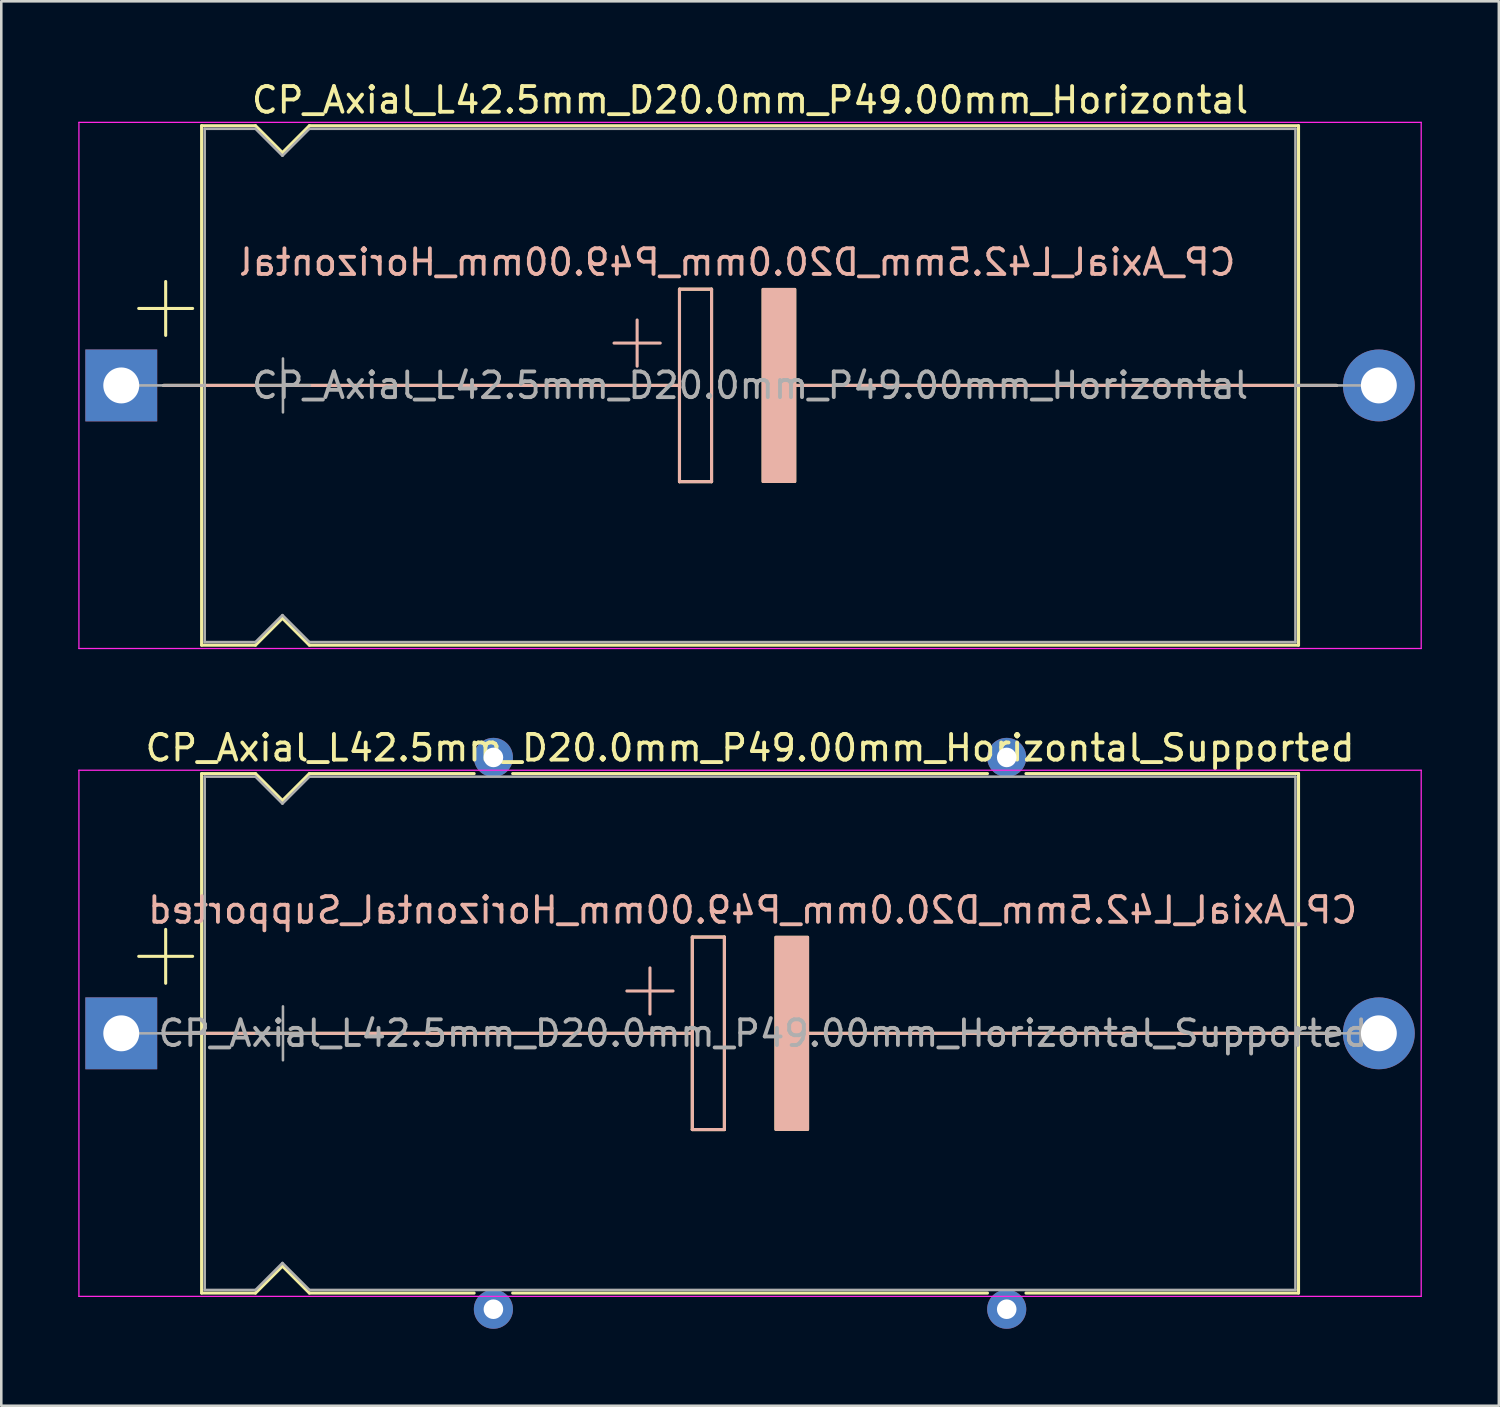
<source format=kicad_pcb>
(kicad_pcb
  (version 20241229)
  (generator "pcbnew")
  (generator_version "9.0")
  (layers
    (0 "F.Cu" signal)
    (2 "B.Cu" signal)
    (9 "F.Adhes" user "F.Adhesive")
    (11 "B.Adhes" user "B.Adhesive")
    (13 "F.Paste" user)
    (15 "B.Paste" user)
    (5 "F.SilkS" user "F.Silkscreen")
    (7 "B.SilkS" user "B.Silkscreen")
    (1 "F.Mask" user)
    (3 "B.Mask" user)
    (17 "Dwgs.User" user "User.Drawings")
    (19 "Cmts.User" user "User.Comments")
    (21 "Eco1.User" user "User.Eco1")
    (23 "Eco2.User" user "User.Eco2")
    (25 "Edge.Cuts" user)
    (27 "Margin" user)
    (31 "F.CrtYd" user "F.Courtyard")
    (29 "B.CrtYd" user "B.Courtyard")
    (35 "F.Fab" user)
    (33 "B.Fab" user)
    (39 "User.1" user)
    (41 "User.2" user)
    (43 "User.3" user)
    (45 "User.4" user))
  (footprint "CP_Axial_L42.5mm_D20.0mm_P49.00mm_Horizontal"
    (layer "F.Cu")
    (at 1.675 11.968)
    (property "Reference" "CP_Axial_L42.5mm_D20.0mm_P49.00mm_Horizontal" (at 24.5 -11.12 0) (layer "F.SilkS") (effects (font (size 1 1) (thickness 0.15))))
    (fp_line (start 0.68 -3) (end 2.78 -3) (stroke (width 0.12) (type solid)) (layer "F.SilkS"))
    (fp_line (start 1.64 0) (end 3.13 0) (stroke (width 0.12) (type solid)) (layer "F.SilkS"))
    (fp_line (start 1.73 -4.05) (end 1.73 -1.95) (stroke (width 0.12) (type solid)) (layer "F.SilkS"))
    (fp_line (start 3.13 -10.12) (end 3.13 10.12) (stroke (width 0.12) (type solid)) (layer "F.SilkS"))
    (fp_line (start 3.13 -10.12) (end 5.23 -10.12) (stroke (width 0.12) (type solid)) (layer "F.SilkS"))
    (fp_line (start 3.13 0) (end 21.75 0) (stroke (width 0.12) (type solid)) (layer "F.SilkS"))
    (fp_line (start 3.13 10.12) (end 5.23 10.12) (stroke (width 0.12) (type solid)) (layer "F.SilkS"))
    (fp_line (start 5.23 -10.12) (end 6.28 -9.07) (stroke (width 0.12) (type solid)) (layer "F.SilkS"))
    (fp_line (start 5.23 10.12) (end 6.28 9.07) (stroke (width 0.12) (type solid)) (layer "F.SilkS"))
    (fp_line (start 6.28 -9.07) (end 7.33 -10.12) (stroke (width 0.12) (type solid)) (layer "F.SilkS"))
    (fp_line (start 6.28 9.07) (end 7.33 10.12) (stroke (width 0.12) (type solid)) (layer "F.SilkS"))
    (fp_line (start 7.33 -10.12) (end 45.87 -10.12) (stroke (width 0.12) (type solid)) (layer "F.SilkS"))
    (fp_line (start 7.33 10.12) (end 45.87 10.12) (stroke (width 0.12) (type solid)) (layer "F.SilkS"))
    (fp_line (start 21.75 -3.75) (end 23 -3.75) (stroke (width 0.12) (type solid)) (layer "F.SilkS"))
    (fp_line (start 21.75 0) (end 21.75 -3.75) (stroke (width 0.12) (type solid)) (layer "F.SilkS"))
    (fp_line (start 21.75 3.75) (end 21.75 0) (stroke (width 0.12) (type solid)) (layer "F.SilkS"))
    (fp_line (start 23 -3.75) (end 23 3.75) (stroke (width 0.12) (type solid)) (layer "F.SilkS"))
    (fp_line (start 23 3.75) (end 21.75 3.75) (stroke (width 0.12) (type solid)) (layer "F.SilkS"))
    (fp_line (start 26.25 0) (end 45.87 0) (stroke (width 0.12) (type solid)) (layer "F.SilkS"))
    (fp_line (start 45.87 -10.12) (end 45.87 10.12) (stroke (width 0.12) (type solid)) (layer "F.SilkS"))
    (fp_line (start 47.36 0) (end 45.87 0) (stroke (width 0.12) (type solid)) (layer "F.SilkS"))
    (fp_poly (pts (xy 26.25 3.75) (xy 25 3.75) (xy 25 -3.75) (xy 26.25 -3.75)) (stroke (width 0.1) (type solid)) (fill yes) (layer "F.SilkS"))
    (fp_line (start 1.65 0) (end 14.88 0) (stroke (width 0.12) (type solid)) (layer "B.SilkS"))
    (fp_line (start 14.88 0) (end 21.75 0) (stroke (width 0.12) (type solid)) (layer "B.SilkS"))
    (fp_line (start 20.1 -2.55) (end 20.1 -0.75) (stroke (width 0.12) (type solid)) (layer "B.SilkS"))
    (fp_line (start 21 -1.65) (end 19.2 -1.65) (stroke (width 0.12) (type solid)) (layer "B.SilkS"))
    (fp_line (start 21.75 -3.75) (end 23 -3.75) (stroke (width 0.12) (type solid)) (layer "B.SilkS"))
    (fp_line (start 21.75 0) (end 21.75 -3.75) (stroke (width 0.12) (type solid)) (layer "B.SilkS"))
    (fp_line (start 21.75 3.75) (end 21.75 0) (stroke (width 0.12) (type solid)) (layer "B.SilkS"))
    (fp_line (start 23 -3.75) (end 23 3.75) (stroke (width 0.12) (type solid)) (layer "B.SilkS"))
    (fp_line (start 23 3.75) (end 21.75 3.75) (stroke (width 0.12) (type solid)) (layer "B.SilkS"))
    (fp_line (start 26.25 0) (end 33.12 0) (stroke (width 0.12) (type solid)) (layer "B.SilkS"))
    (fp_line (start 47.35 0) (end 33.12 0) (stroke (width 0.12) (type solid)) (layer "B.SilkS"))
    (fp_poly (pts (xy 26.25 3.75) (xy 25 3.75) (xy 25 -3.75) (xy 26.25 -3.75)) (stroke (width 0.1) (type solid)) (fill yes) (layer "B.SilkS"))
    (fp_line (start -1.65 -10.25) (end -1.65 10.25) (stroke (width 0.05) (type solid)) (layer "F.CrtYd"))
    (fp_line (start -1.65 10.25) (end 50.65 10.25) (stroke (width 0.05) (type solid)) (layer "F.CrtYd"))
    (fp_line (start 50.65 -10.25) (end -1.65 -10.25) (stroke (width 0.05) (type solid)) (layer "F.CrtYd"))
    (fp_line (start 50.65 10.25) (end 50.65 -10.25) (stroke (width 0.05) (type solid)) (layer "F.CrtYd"))
    (fp_line (start 0 0) (end 3.25 0) (stroke (width 0.1) (type solid)) (layer "F.Fab"))
    (fp_line (start 3.25 -10) (end 3.25 10) (stroke (width 0.1) (type solid)) (layer "F.Fab"))
    (fp_line (start 3.25 -10) (end 5.23 -10) (stroke (width 0.1) (type solid)) (layer "F.Fab"))
    (fp_line (start 3.25 10) (end 5.23 10) (stroke (width 0.1) (type solid)) (layer "F.Fab"))
    (fp_line (start 5.23 -10) (end 6.28 -8.95) (stroke (width 0.1) (type solid)) (layer "F.Fab"))
    (fp_line (start 5.23 10) (end 6.28 8.95) (stroke (width 0.1) (type solid)) (layer "F.Fab"))
    (fp_line (start 5.25 0) (end 7.35 0) (stroke (width 0.1) (type solid)) (layer "F.Fab"))
    (fp_line (start 6.28 -8.95) (end 7.33 -10) (stroke (width 0.1) (type solid)) (layer "F.Fab"))
    (fp_line (start 6.28 8.95) (end 7.33 10) (stroke (width 0.1) (type solid)) (layer "F.Fab"))
    (fp_line (start 6.3 -1.05) (end 6.3 1.05) (stroke (width 0.1) (type solid)) (layer "F.Fab"))
    (fp_line (start 7.33 -10) (end 45.75 -10) (stroke (width 0.1) (type solid)) (layer "F.Fab"))
    (fp_line (start 7.33 10) (end 45.75 10) (stroke (width 0.1) (type solid)) (layer "F.Fab"))
    (fp_line (start 45.75 -10) (end 45.75 10) (stroke (width 0.1) (type solid)) (layer "F.Fab"))
    (fp_line (start 49 0) (end 45.75 0) (stroke (width 0.1) (type solid)) (layer "F.Fab"))
    (fp_text user "${REFERENCE}" (at 24 -4.8 0) (layer "B.SilkS") (effects (font (size 1 1) (thickness 0.15)) (justify mirror)))
    (fp_text user "${REFERENCE}" (at 24.5 0 0) (layer "F.Fab") (effects (font (size 1 1) (thickness 0.15))))
    (pad "1" thru_hole rect (at 0 0) (size 2.8 2.8) (drill 1.4) (layers "*.Cu" "*.Mask"))
    (pad "2" thru_hole oval (at 49 0) (size 2.8 2.8) (drill 1.4) (layers "*.Cu" "*.Mask")))
  (footprint "CP_Axial_L42.5mm_D20.0mm_P49.00mm_Horizontal_Supported"
    (layer "F.Cu")
    (at 1.675 37.212)
    (property "Reference" "CP_Axial_L42.5mm_D20.0mm_P49.00mm_Horizontal_Supported" (at 24.5 -11.12 0) (layer "F.SilkS") (effects (font (size 1 1) (thickness 0.15))))
    (fp_line (start 0.68 -3) (end 2.78 -3) (stroke (width 0.12) (type solid)) (layer "F.SilkS"))
    (fp_line (start 1.64 0) (end 3.13 0) (stroke (width 0.12) (type solid)) (layer "F.SilkS"))
    (fp_line (start 1.73 -4.05) (end 1.73 -1.95) (stroke (width 0.12) (type solid)) (layer "F.SilkS"))
    (fp_line (start 3.13 -10.12) (end 3.13 10.12) (stroke (width 0.12) (type solid)) (layer "F.SilkS"))
    (fp_line (start 3.13 -10.12) (end 5.23 -10.12) (stroke (width 0.12) (type solid)) (layer "F.SilkS"))
    (fp_line (start 3.13 0) (end 22.25 0) (stroke (width 0.12) (type solid)) (layer "F.SilkS"))
    (fp_line (start 3.13 10.12) (end 5.23 10.12) (stroke (width 0.12) (type solid)) (layer "F.SilkS"))
    (fp_line (start 5.23 -10.12) (end 6.28 -9.07) (stroke (width 0.12) (type solid)) (layer "F.SilkS"))
    (fp_line (start 5.23 10.12) (end 6.28 9.07) (stroke (width 0.12) (type solid)) (layer "F.SilkS"))
    (fp_line (start 6.28 -9.07) (end 7.33 -10.12) (stroke (width 0.12) (type solid)) (layer "F.SilkS"))
    (fp_line (start 6.28 9.07) (end 7.33 10.12) (stroke (width 0.12) (type solid)) (layer "F.SilkS"))
    (fp_line (start 7.33 -10.12) (end 13.75 -10.12) (stroke (width 0.12) (type solid)) (layer "F.SilkS"))
    (fp_line (start 7.33 10.12) (end 13.75 10.12) (stroke (width 0.12) (type solid)) (layer "F.SilkS"))
    (fp_line (start 15.25 -10.12) (end 33.75 -10.12) (stroke (width 0.12) (type solid)) (layer "F.SilkS"))
    (fp_line (start 15.25 10.12) (end 33.75 10.12) (stroke (width 0.12) (type solid)) (layer "F.SilkS"))
    (fp_line (start 22.25 -3.75) (end 23.5 -3.75) (stroke (width 0.12) (type solid)) (layer "F.SilkS"))
    (fp_line (start 22.25 0) (end 22.25 -3.75) (stroke (width 0.12) (type solid)) (layer "F.SilkS"))
    (fp_line (start 22.25 3.75) (end 22.25 0) (stroke (width 0.12) (type solid)) (layer "F.SilkS"))
    (fp_line (start 23.5 -3.75) (end 23.5 3.75) (stroke (width 0.12) (type solid)) (layer "F.SilkS"))
    (fp_line (start 23.5 3.75) (end 22.25 3.75) (stroke (width 0.12) (type solid)) (layer "F.SilkS"))
    (fp_line (start 26.25 0) (end 45.87 0) (stroke (width 0.12) (type solid)) (layer "F.SilkS"))
    (fp_line (start 35.25 -10.12) (end 45.87 -10.12) (stroke (width 0.12) (type solid)) (layer "F.SilkS"))
    (fp_line (start 35.25 10.12) (end 45.87 10.12) (stroke (width 0.12) (type solid)) (layer "F.SilkS"))
    (fp_line (start 45.87 -10.12) (end 45.87 10.12) (stroke (width 0.12) (type solid)) (layer "F.SilkS"))
    (fp_line (start 47.36 0) (end 45.87 0) (stroke (width 0.12) (type solid)) (layer "F.SilkS"))
    (fp_poly (pts (xy 26.75 3.75) (xy 25.5 3.75) (xy 25.5 -3.75) (xy 26.75 -3.75)) (stroke (width 0.1) (type solid)) (fill yes) (layer "F.SilkS"))
    (fp_line (start 1.65 0) (end 15.38 0) (stroke (width 0.12) (type solid)) (layer "B.SilkS"))
    (fp_line (start 15.38 0) (end 22.25 0) (stroke (width 0.12) (type solid)) (layer "B.SilkS"))
    (fp_line (start 20.6 -2.55) (end 20.6 -0.75) (stroke (width 0.12) (type solid)) (layer "B.SilkS"))
    (fp_line (start 21.5 -1.65) (end 19.7 -1.65) (stroke (width 0.12) (type solid)) (layer "B.SilkS"))
    (fp_line (start 22.25 -3.75) (end 23.5 -3.75) (stroke (width 0.12) (type solid)) (layer "B.SilkS"))
    (fp_line (start 22.25 0) (end 22.25 -3.75) (stroke (width 0.12) (type solid)) (layer "B.SilkS"))
    (fp_line (start 22.25 3.75) (end 22.25 0) (stroke (width 0.12) (type solid)) (layer "B.SilkS"))
    (fp_line (start 23.5 -3.75) (end 23.5 3.75) (stroke (width 0.12) (type solid)) (layer "B.SilkS"))
    (fp_line (start 23.5 3.75) (end 22.25 3.75) (stroke (width 0.12) (type solid)) (layer "B.SilkS"))
    (fp_line (start 26.75 0) (end 33.62 0) (stroke (width 0.12) (type solid)) (layer "B.SilkS"))
    (fp_line (start 47.35 0) (end 33.62 0) (stroke (width 0.12) (type solid)) (layer "B.SilkS"))
    (fp_poly (pts (xy 26.75 3.75) (xy 25.5 3.75) (xy 25.5 -3.75) (xy 26.75 -3.75)) (stroke (width 0.1) (type solid)) (fill yes) (layer "B.SilkS"))
    (fp_line (start -1.65 -10.25) (end -1.65 10.25) (stroke (width 0.05) (type solid)) (layer "F.CrtYd"))
    (fp_line (start -1.65 10.25) (end 50.65 10.25) (stroke (width 0.05) (type solid)) (layer "F.CrtYd"))
    (fp_line (start 50.65 -10.25) (end -1.65 -10.25) (stroke (width 0.05) (type solid)) (layer "F.CrtYd"))
    (fp_line (start 50.65 10.25) (end 50.65 -10.25) (stroke (width 0.05) (type solid)) (layer "F.CrtYd"))
    (fp_line (start 0 0) (end 3.25 0) (stroke (width 0.1) (type solid)) (layer "F.Fab"))
    (fp_line (start 3.25 -10) (end 3.25 10) (stroke (width 0.1) (type solid)) (layer "F.Fab"))
    (fp_line (start 3.25 -10) (end 5.23 -10) (stroke (width 0.1) (type solid)) (layer "F.Fab"))
    (fp_line (start 3.25 10) (end 5.23 10) (stroke (width 0.1) (type solid)) (layer "F.Fab"))
    (fp_line (start 5.23 -10) (end 6.28 -8.95) (stroke (width 0.1) (type solid)) (layer "F.Fab"))
    (fp_line (start 5.23 10) (end 6.28 8.95) (stroke (width 0.1) (type solid)) (layer "F.Fab"))
    (fp_line (start 5.25 0) (end 7.35 0) (stroke (width 0.1) (type solid)) (layer "F.Fab"))
    (fp_line (start 6.28 -8.95) (end 7.33 -10) (stroke (width 0.1) (type solid)) (layer "F.Fab"))
    (fp_line (start 6.28 8.95) (end 7.33 10) (stroke (width 0.1) (type solid)) (layer "F.Fab"))
    (fp_line (start 6.3 -1.05) (end 6.3 1.05) (stroke (width 0.1) (type solid)) (layer "F.Fab"))
    (fp_line (start 7.33 -10) (end 45.75 -10) (stroke (width 0.1) (type solid)) (layer "F.Fab"))
    (fp_line (start 7.33 10) (end 45.75 10) (stroke (width 0.1) (type solid)) (layer "F.Fab"))
    (fp_line (start 45.75 -10) (end 45.75 10) (stroke (width 0.1) (type solid)) (layer "F.Fab"))
    (fp_line (start 49 0) (end 45.75 0) (stroke (width 0.1) (type solid)) (layer "F.Fab"))
    (fp_text user "${REFERENCE}" (at 24.6 -4.8 0) (layer "B.SilkS") (effects (font (size 1 1) (thickness 0.15)) (justify mirror)))
    (fp_text user "${REFERENCE}" (at 25 0 0) (layer "F.Fab") (effects (font (size 1 1) (thickness 0.15))))
    (pad "" thru_hole circle (at 14.5 -10.75) (size 1.524 1.524) (drill 0.762) (layers "*.Cu" "*.Mask"))
    (pad "" thru_hole circle (at 14.5 10.75) (size 1.524 1.524) (drill 0.762) (layers "*.Cu" "*.Mask"))
    (pad "" thru_hole circle (at 34.5 -10.75) (size 1.524 1.524) (drill 0.762) (layers "*.Cu" "*.Mask"))
    (pad "" thru_hole circle (at 34.5 10.75) (size 1.524 1.524) (drill 0.762) (layers "*.Cu" "*.Mask"))
    (pad "1" thru_hole rect (at 0 0) (size 2.8 2.8) (drill 1.4) (layers "*.Cu" "*.Mask"))
    (pad "2" thru_hole oval (at 49 0) (size 2.8 2.8) (drill 1.4) (layers "*.Cu" "*.Mask")))
  (gr_rect
    (start -3 -3)
    (end 55.35 51.724)
    (stroke (width 0.1) (type default))
    (fill no)
    (layer "Edge.Cuts")))
</source>
